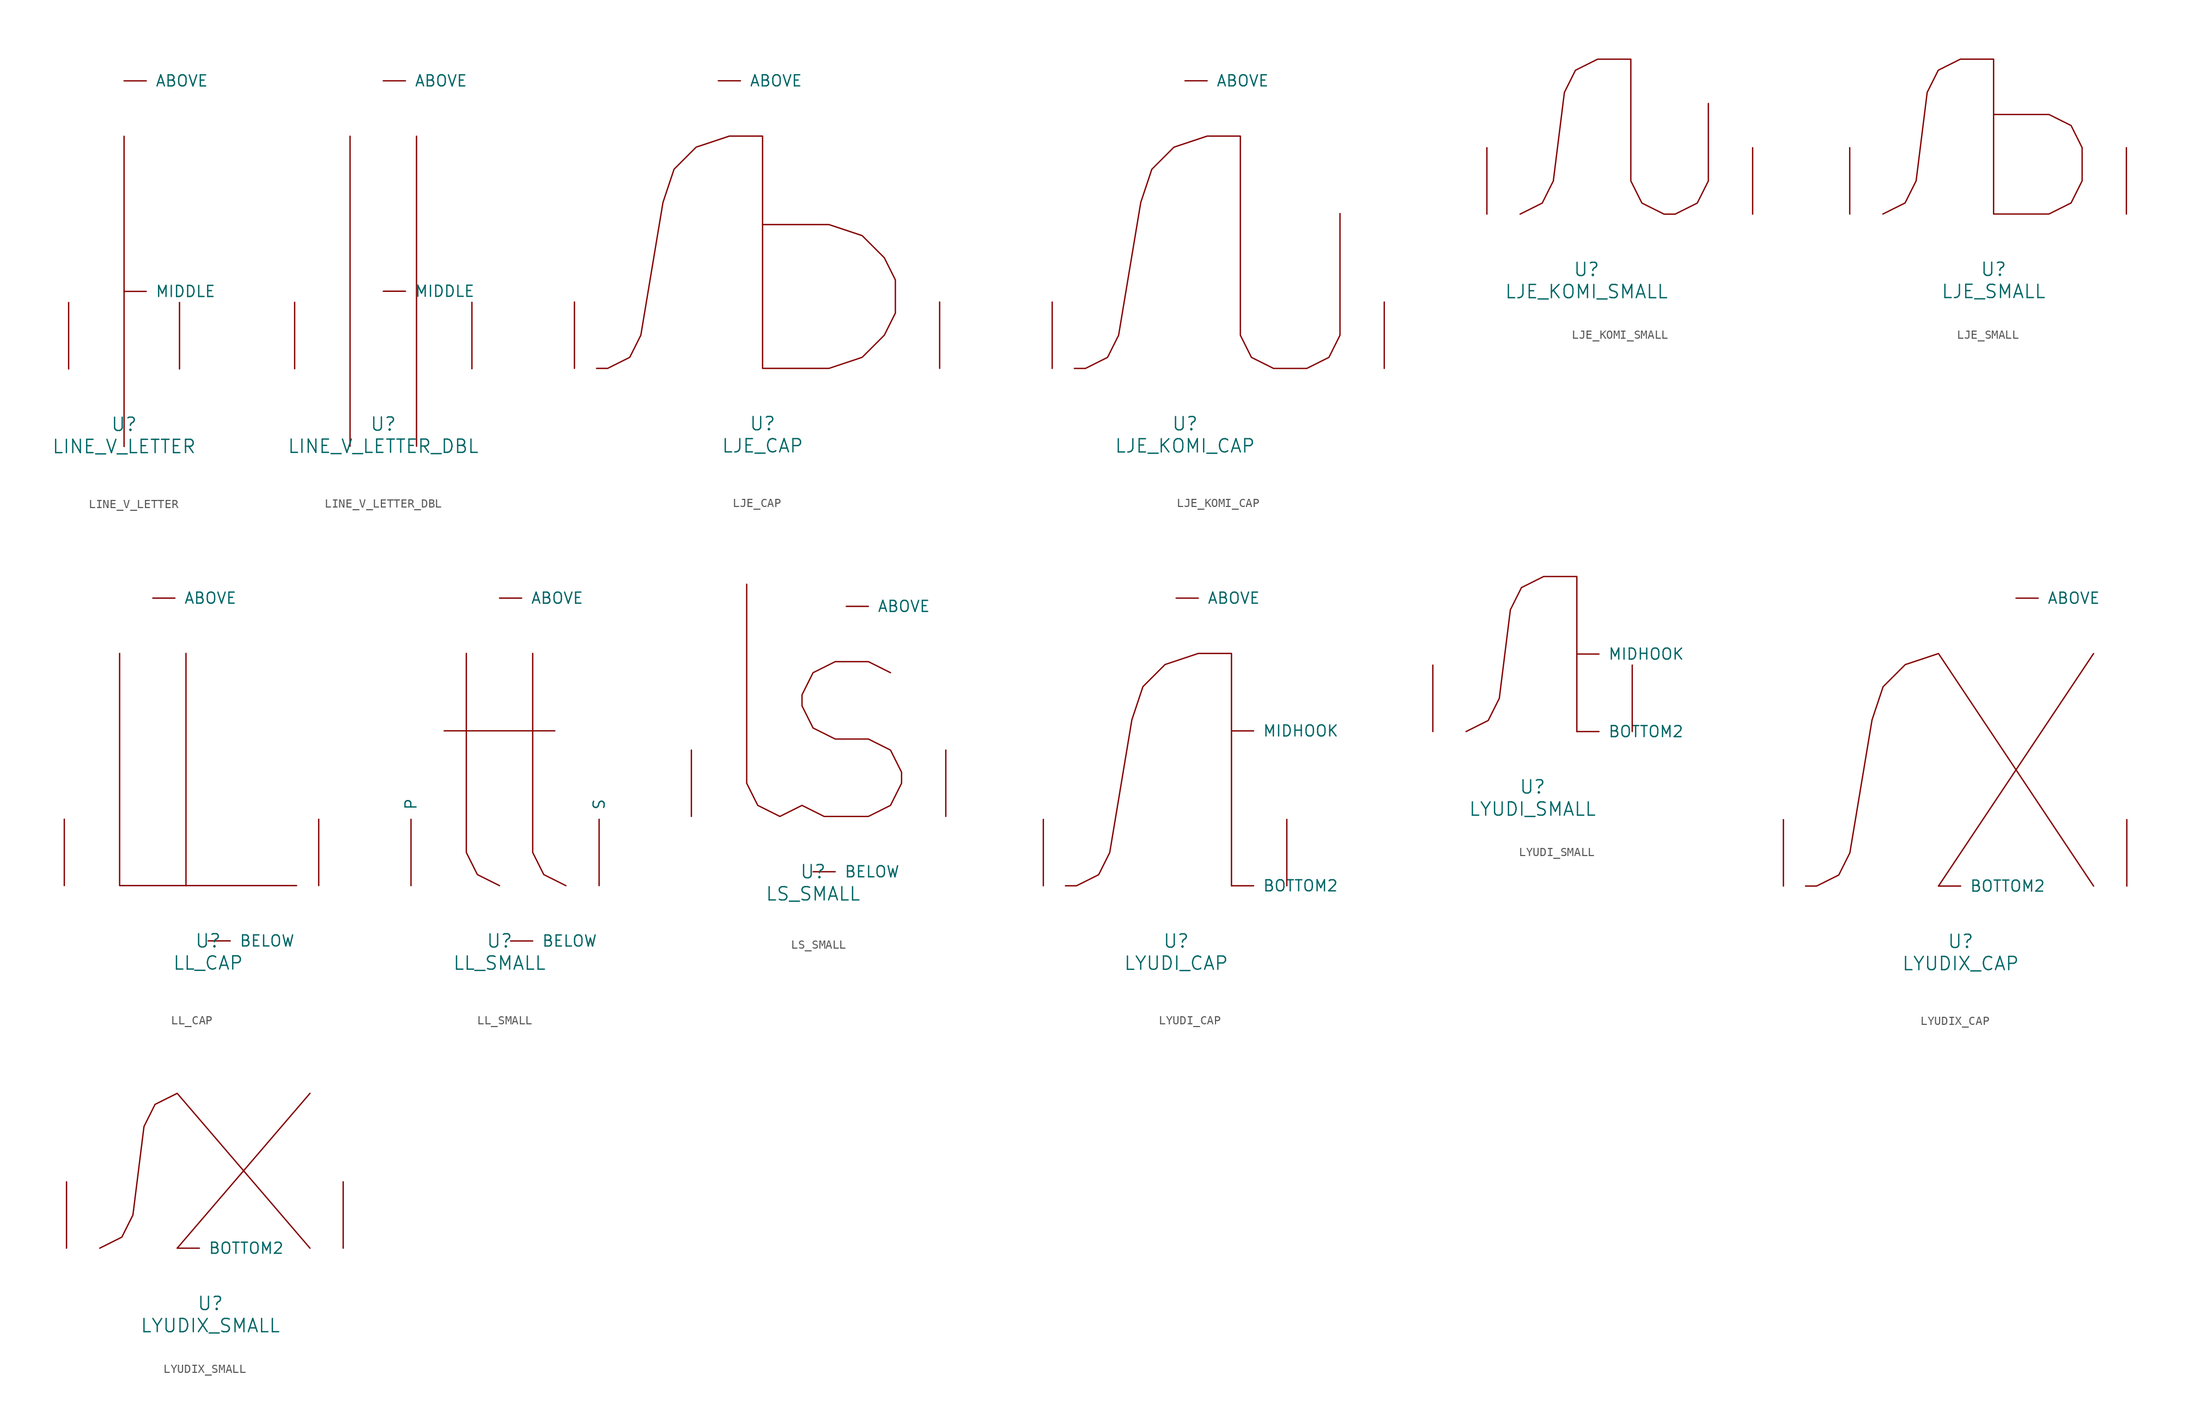
<source format=kicad_sym>
(kicad_symbol_lib
  (version 20220914)
  (generator font_lib2sym)
  (symbol "LINE_V_LETTER"
    (pin_names
      (offset 1.016))
    (property "Reference" "U"
      (at 0 -6.35 0)
      (effects (font (size 1.524 1.524))))
    (property "Value" "LINE_V_LETTER"
      (at 0 -8.89 0)
      (effects (font (size 1.524 1.524))))
    (symbol "LINE_V_LETTER_0_1"
      (polyline (pts (xy 0 26.67) (xy 0 -8.89)) (stroke (width 0) (type solid)) (fill (type none)))
      (pin input line (at 0 33.02 0) (length 2.54) (name "ABOVE" (effects (font (size 1.27 1.27)))) (number "~" (effects (font (size 1.27 1.27)))))
      (pin input line (at 0 8.89 0) (length 2.54) (name "MIDDLE" (effects (font (size 1.27 1.27)))) (number "~" (effects (font (size 1.27 1.27)))))
      (pin input line (at -6.35 0 90) (length 7.62) (name "~" (effects (font (size 1.27 1.27)))) (number "~" (effects (font (size 1.27 1.27)))))
      (pin input line (at 6.35 0 90) (length 7.62) (name "~" (effects (font (size 1.27 1.27)))) (number "~" (effects (font (size 1.27 1.27)))))))
  (symbol "LINE_V_LETTER_DBL"
    (pin_names
      (offset 1.016))
    (property "Reference" "U"
      (at 0 -6.35 0)
      (effects (font (size 1.524 1.524))))
    (property "Value" "LINE_V_LETTER_DBL"
      (at 0 -8.89 0)
      (effects (font (size 1.524 1.524))))
    (symbol "LINE_V_LETTER_DBL_0_1"
      (polyline (pts (xy -3.81 26.67) (xy -3.81 -8.89)) (stroke (width 0) (type solid)) (fill (type none)))
      (polyline (pts (xy 3.81 26.67) (xy 3.81 -8.89)) (stroke (width 0) (type solid)) (fill (type none)))
      (pin input line (at 0 33.02 0) (length 2.54) (name "ABOVE" (effects (font (size 1.27 1.27)))) (number "~" (effects (font (size 1.27 1.27)))))
      (pin input line (at 0 8.89 0) (length 2.54) (name "MIDDLE" (effects (font (size 1.27 1.27)))) (number "~" (effects (font (size 1.27 1.27)))))
      (pin input line (at -10.16 0 90) (length 7.62) (name "~" (effects (font (size 1.27 1.27)))) (number "~" (effects (font (size 1.27 1.27)))))
      (pin input line (at 10.16 0 90) (length 7.62) (name "~" (effects (font (size 1.27 1.27)))) (number "~" (effects (font (size 1.27 1.27)))))))
  (symbol "LJE_CAP"
    (pin_names
      (offset 1.016))
    (property "Reference" "U"
      (at 0 -6.35 0)
      (effects (font (size 1.524 1.524))))
    (property "Value" "LJE_CAP"
      (at 0 -8.89 0)
      (effects (font (size 1.524 1.524))))
    (symbol "LJE_CAP_0_1"
      (polyline (pts (xy -19.05 0) (xy -17.78 0) (xy -15.24 1.27) (xy -13.97 3.81) (xy -11.43 19.05) (xy -10.16 22.86) (xy -7.62 25.4) (xy -3.81 26.67) (xy 0 26.67) (xy 0 0) (xy 7.62 0) (xy 11.43 1.27) (xy 13.97 3.81) (xy 15.24 6.35) (xy 15.24 10.16) (xy 13.97 12.7) (xy 11.43 15.24) (xy 7.62 16.51) (xy 0 16.51)) (stroke (width 0) (type solid)) (fill (type none)))
      (pin input line (at -5.08 33.02 0) (length 2.54) (name "ABOVE" (effects (font (size 1.27 1.27)))) (number "~" (effects (font (size 1.27 1.27)))))
      (pin input line (at -21.59 0 90) (length 7.62) (name "~" (effects (font (size 1.27 1.27)))) (number "~" (effects (font (size 1.27 1.27)))))
      (pin input line (at 20.32 0 90) (length 7.62) (name "~" (effects (font (size 1.27 1.27)))) (number "~" (effects (font (size 1.27 1.27)))))))
  (symbol "LJE_KOMI_CAP"
    (pin_names
      (offset 1.016))
    (property "Reference" "U"
      (at 0 -6.35 0)
      (effects (font (size 1.524 1.524))))
    (property "Value" "LJE_KOMI_CAP"
      (at 0 -8.89 0)
      (effects (font (size 1.524 1.524))))
    (symbol "LJE_KOMI_CAP_0_1"
      (polyline (pts (xy -12.7 0) (xy -11.43 0) (xy -8.89 1.27) (xy -7.62 3.81) (xy -5.08 19.05) (xy -3.81 22.86) (xy -1.27 25.4) (xy 2.54 26.67) (xy 6.35 26.67) (xy 6.35 3.81) (xy 7.62 1.27) (xy 10.16 0) (xy 13.97 0) (xy 16.51 1.27) (xy 17.78 3.81) (xy 17.78 17.78)) (stroke (width 0) (type solid)) (fill (type none)))
      (pin input line (at 0 33.02 0) (length 2.54) (name "ABOVE" (effects (font (size 1.27 1.27)))) (number "~" (effects (font (size 1.27 1.27)))))
      (pin input line (at -15.24 0 90) (length 7.62) (name "~" (effects (font (size 1.27 1.27)))) (number "~" (effects (font (size 1.27 1.27)))))
      (pin input line (at 22.86 0 90) (length 7.62) (name "~" (effects (font (size 1.27 1.27)))) (number "~" (effects (font (size 1.27 1.27)))))))
  (symbol "LJE_KOMI_SMALL"
    (pin_names
      (offset 1.016))
    (property "Reference" "U"
      (at 0 -6.35 0)
      (effects (font (size 1.524 1.524))))
    (property "Value" "LJE_KOMI_SMALL"
      (at 0 -8.89 0)
      (effects (font (size 1.524 1.524))))
    (symbol "LJE_KOMI_SMALL_0_1"
      (polyline (pts (xy -7.62 0) (xy -5.08 1.27) (xy -3.81 3.81) (xy -2.54 13.97) (xy -1.27 16.51) (xy 1.27 17.78) (xy 5.08 17.78) (xy 5.08 3.81) (xy 6.35 1.27) (xy 8.89 0) (xy 10.16 0) (xy 12.7 1.27) (xy 13.97 3.81) (xy 13.97 12.7)) (stroke (width 0) (type solid)) (fill (type none)))
      (pin input line (at -11.43 0 90) (length 7.62) (name "~" (effects (font (size 1.27 1.27)))) (number "~" (effects (font (size 1.27 1.27)))))
      (pin input line (at 19.05 0 90) (length 7.62) (name "~" (effects (font (size 1.27 1.27)))) (number "~" (effects (font (size 1.27 1.27)))))))
  (symbol "LJE_SMALL"
    (pin_names
      (offset 1.016))
    (property "Reference" "U"
      (at 0 -6.35 0)
      (effects (font (size 1.524 1.524))))
    (property "Value" "LJE_SMALL"
      (at 0 -8.89 0)
      (effects (font (size 1.524 1.524))))
    (symbol "LJE_SMALL_0_1"
      (polyline (pts (xy -12.7 0) (xy -10.16 1.27) (xy -8.89 3.81) (xy -7.62 13.97) (xy -6.35 16.51) (xy -3.81 17.78) (xy 0 17.78) (xy 0 0) (xy 6.35 0) (xy 8.89 1.27) (xy 10.16 3.81) (xy 10.16 7.62) (xy 8.89 10.16) (xy 6.35 11.43) (xy 0 11.43)) (stroke (width 0) (type solid)) (fill (type none)))
      (pin input line (at -16.51 0 90) (length 7.62) (name "~" (effects (font (size 1.27 1.27)))) (number "~" (effects (font (size 1.27 1.27)))))
      (pin input line (at 15.24 0 90) (length 7.62) (name "~" (effects (font (size 1.27 1.27)))) (number "~" (effects (font (size 1.27 1.27)))))))
  (symbol "LL_CAP"
    (pin_names
      (offset 1.016))
    (property "Reference" "U"
      (at 0 -6.35 0)
      (effects (font (size 1.524 1.524))))
    (property "Value" "LL_CAP"
      (at 0 -8.89 0)
      (effects (font (size 1.524 1.524))))
    (symbol "LL_CAP_0_1"
      (polyline (pts (xy -2.54 26.67) (xy -2.54 0)) (stroke (width 0) (type solid)) (fill (type none)))
      (polyline (pts (xy -10.16 26.67) (xy -10.16 0) (xy 10.16 0)) (stroke (width 0) (type solid)) (fill (type none)))
      (pin input line (at -6.35 33.02 0) (length 2.54) (name "ABOVE" (effects (font (size 1.27 1.27)))) (number "~" (effects (font (size 1.27 1.27)))))
      (pin input line (at 0 -6.35 0) (length 2.54) (name "BELOW" (effects (font (size 1.27 1.27)))) (number "~" (effects (font (size 1.27 1.27)))))
      (pin input line (at -16.51 0 90) (length 7.62) (name "~" (effects (font (size 1.27 1.27)))) (number "~" (effects (font (size 1.27 1.27)))))
      (pin input line (at 12.7 0 90) (length 7.62) (name "~" (effects (font (size 1.27 1.27)))) (number "~" (effects (font (size 1.27 1.27)))))))
  (symbol "LL_SMALL"
    (pin_names
      (offset 1.016))
    (property "Reference" "U"
      (at 0 -6.35 0)
      (effects (font (size 1.524 1.524))))
    (property "Value" "LL_SMALL"
      (at 0 -8.89 0)
      (effects (font (size 1.524 1.524))))
    (symbol "LL_SMALL_0_1"
      (polyline (pts (xy -6.35 17.78) (xy 6.35 17.78)) (stroke (width 0) (type solid)) (fill (type none)))
      (polyline (pts (xy -3.81 26.67) (xy -3.81 3.81) (xy -2.54 1.27) (xy 0 0)) (stroke (width 0) (type solid)) (fill (type none)))
      (polyline (pts (xy 7.62 0) (xy 5.08 1.27) (xy 3.81 3.81) (xy 3.81 26.67)) (stroke (width 0) (type solid)) (fill (type none)))
      (pin input line (at 0 33.02 0) (length 2.54) (name "ABOVE" (effects (font (size 1.27 1.27)))) (number "~" (effects (font (size 1.27 1.27)))))
      (pin input line (at 1.27 -6.35 0) (length 2.54) (name "BELOW" (effects (font (size 1.27 1.27)))) (number "~" (effects (font (size 1.27 1.27)))))
      (pin input line (at -10.16 0 90) (length 7.62) (name "P" (effects (font (size 1.27 1.27)))) (number "~" (effects (font (size 1.27 1.27)))))
      (pin input line (at 11.43 0 90) (length 7.62) (name "S" (effects (font (size 1.27 1.27)))) (number "~" (effects (font (size 1.27 1.27)))))))
  (symbol "LS_SMALL"
    (pin_names
      (offset 1.016))
    (property "Reference" "U"
      (at 0 -6.35 0)
      (effects (font (size 1.524 1.524))))
    (property "Value" "LS_SMALL"
      (at 0 -8.89 0)
      (effects (font (size 1.524 1.524))))
    (symbol "LS_SMALL_0_1"
      (polyline (pts (xy -7.62 26.67) (xy -7.62 3.81) (xy -6.35 1.27) (xy -3.81 0) (xy -1.27 1.27) (xy 1.27 0) (xy 6.35 0) (xy 8.89 1.27) (xy 10.16 3.81) (xy 10.16 5.08) (xy 8.89 7.62) (xy 6.35 8.89) (xy 2.54 8.89) (xy 0 10.16) (xy -1.27 12.7) (xy -1.27 13.97) (xy 0 16.51) (xy 2.54 17.78) (xy 6.35 17.78) (xy 8.89 16.51)) (stroke (width 0) (type solid)) (fill (type none)))
      (pin input line (at 3.81 24.13 0) (length 2.54) (name "ABOVE" (effects (font (size 1.27 1.27)))) (number "~" (effects (font (size 1.27 1.27)))))
      (pin input line (at 0 -6.35 0) (length 2.54) (name "BELOW" (effects (font (size 1.27 1.27)))) (number "~" (effects (font (size 1.27 1.27)))))
      (pin input line (at -13.97 0 90) (length 7.62) (name "~" (effects (font (size 1.27 1.27)))) (number "~" (effects (font (size 1.27 1.27)))))
      (pin input line (at 15.24 0 90) (length 7.62) (name "~" (effects (font (size 1.27 1.27)))) (number "~" (effects (font (size 1.27 1.27)))))))
  (symbol "LYUDI_CAP"
    (pin_names
      (offset 1.016))
    (property "Reference" "U"
      (at 0 -6.35 0)
      (effects (font (size 1.524 1.524))))
    (property "Value" "LYUDI_CAP"
      (at 0 -8.89 0)
      (effects (font (size 1.524 1.524))))
    (symbol "LYUDI_CAP_0_1"
      (polyline (pts (xy 6.35 0) (xy 6.35 26.67) (xy 2.54 26.67) (xy -1.27 25.4) (xy -3.81 22.86) (xy -5.08 19.05) (xy -7.62 3.81) (xy -8.89 1.27) (xy -11.43 0) (xy -12.7 0)) (stroke (width 0) (type solid)) (fill (type none)))
      (pin input line (at 0 33.02 0) (length 2.54) (name "ABOVE" (effects (font (size 1.27 1.27)))) (number "~" (effects (font (size 1.27 1.27)))))
      (pin input line (at 6.35 0 0) (length 2.54) (name "BOTTOM2" (effects (font (size 1.27 1.27)))) (number "~" (effects (font (size 1.27 1.27)))))
      (pin input line (at 6.35 17.78 0) (length 2.54) (name "MIDHOOK" (effects (font (size 1.27 1.27)))) (number "~" (effects (font (size 1.27 1.27)))))
      (pin input line (at -15.24 0 90) (length 7.62) (name "~" (effects (font (size 1.27 1.27)))) (number "~" (effects (font (size 1.27 1.27)))))
      (pin input line (at 12.7 0 90) (length 7.62) (name "~" (effects (font (size 1.27 1.27)))) (number "~" (effects (font (size 1.27 1.27)))))))
  (symbol "LYUDI_SMALL"
    (pin_names
      (offset 1.016))
    (property "Reference" "U"
      (at 0 -6.35 0)
      (effects (font (size 1.524 1.524))))
    (property "Value" "LYUDI_SMALL"
      (at 0 -8.89 0)
      (effects (font (size 1.524 1.524))))
    (symbol "LYUDI_SMALL_0_1"
      (polyline (pts (xy 5.08 0) (xy 5.08 17.78) (xy 1.27 17.78) (xy -1.27 16.51) (xy -2.54 13.97) (xy -3.81 3.81) (xy -5.08 1.27) (xy -7.62 0)) (stroke (width 0) (type solid)) (fill (type none)))
      (pin input line (at 5.08 0 0) (length 2.54) (name "BOTTOM2" (effects (font (size 1.27 1.27)))) (number "~" (effects (font (size 1.27 1.27)))))
      (pin input line (at 5.08 8.89 0) (length 2.54) (name "MIDHOOK" (effects (font (size 1.27 1.27)))) (number "~" (effects (font (size 1.27 1.27)))))
      (pin input line (at -11.43 0 90) (length 7.62) (name "~" (effects (font (size 1.27 1.27)))) (number "~" (effects (font (size 1.27 1.27)))))
      (pin input line (at 11.43 0 90) (length 7.62) (name "~" (effects (font (size 1.27 1.27)))) (number "~" (effects (font (size 1.27 1.27)))))))
  (symbol "LYUDIX_CAP"
    (pin_names
      (offset 1.016))
    (property "Reference" "U"
      (at 0 -6.35 0)
      (effects (font (size 1.524 1.524))))
    (property "Value" "LYUDIX_CAP"
      (at 0 -8.89 0)
      (effects (font (size 1.524 1.524))))
    (symbol "LYUDIX_CAP_0_1"
      (polyline (pts (xy -2.54 0) (xy 15.24 26.67)) (stroke (width 0) (type solid)) (fill (type none)))
      (polyline (pts (xy -17.78 0) (xy -16.51 0) (xy -13.97 1.27) (xy -12.7 3.81) (xy -10.16 19.05) (xy -8.89 22.86) (xy -6.35 25.4) (xy -2.54 26.67) (xy 15.24 0)) (stroke (width 0) (type solid)) (fill (type none)))
      (pin input line (at 6.35 33.02 0) (length 2.54) (name "ABOVE" (effects (font (size 1.27 1.27)))) (number "~" (effects (font (size 1.27 1.27)))))
      (pin input line (at -2.54 0 0) (length 2.54) (name "BOTTOM2" (effects (font (size 1.27 1.27)))) (number "~" (effects (font (size 1.27 1.27)))))
      (pin input line (at -20.32 0 90) (length 7.62) (name "~" (effects (font (size 1.27 1.27)))) (number "~" (effects (font (size 1.27 1.27)))))
      (pin input line (at 19.05 0 90) (length 7.62) (name "~" (effects (font (size 1.27 1.27)))) (number "~" (effects (font (size 1.27 1.27)))))))
  (symbol "LYUDIX_SMALL"
    (pin_names
      (offset 1.016))
    (property "Reference" "U"
      (at 0 -6.35 0)
      (effects (font (size 1.524 1.524))))
    (property "Value" "LYUDIX_SMALL"
      (at 0 -8.89 0)
      (effects (font (size 1.524 1.524))))
    (symbol "LYUDIX_SMALL_0_1"
      (polyline (pts (xy 11.43 17.78) (xy -3.81 0)) (stroke (width 0) (type solid)) (fill (type none)))
      (polyline (pts (xy -12.7 0) (xy -10.16 1.27) (xy -8.89 3.81) (xy -7.62 13.97) (xy -6.35 16.51) (xy -3.81 17.78) (xy 11.43 0)) (stroke (width 0) (type solid)) (fill (type none)))
      (pin input line (at -3.81 0 0) (length 2.54) (name "BOTTOM2" (effects (font (size 1.27 1.27)))) (number "~" (effects (font (size 1.27 1.27)))))
      (pin input line (at -16.51 0 90) (length 7.62) (name "~" (effects (font (size 1.27 1.27)))) (number "~" (effects (font (size 1.27 1.27)))))
      (pin input line (at 15.24 0 90) (length 7.62) (name "~" (effects (font (size 1.27 1.27)))) (number "~" (effects (font (size 1.27 1.27))))))))
</source>
